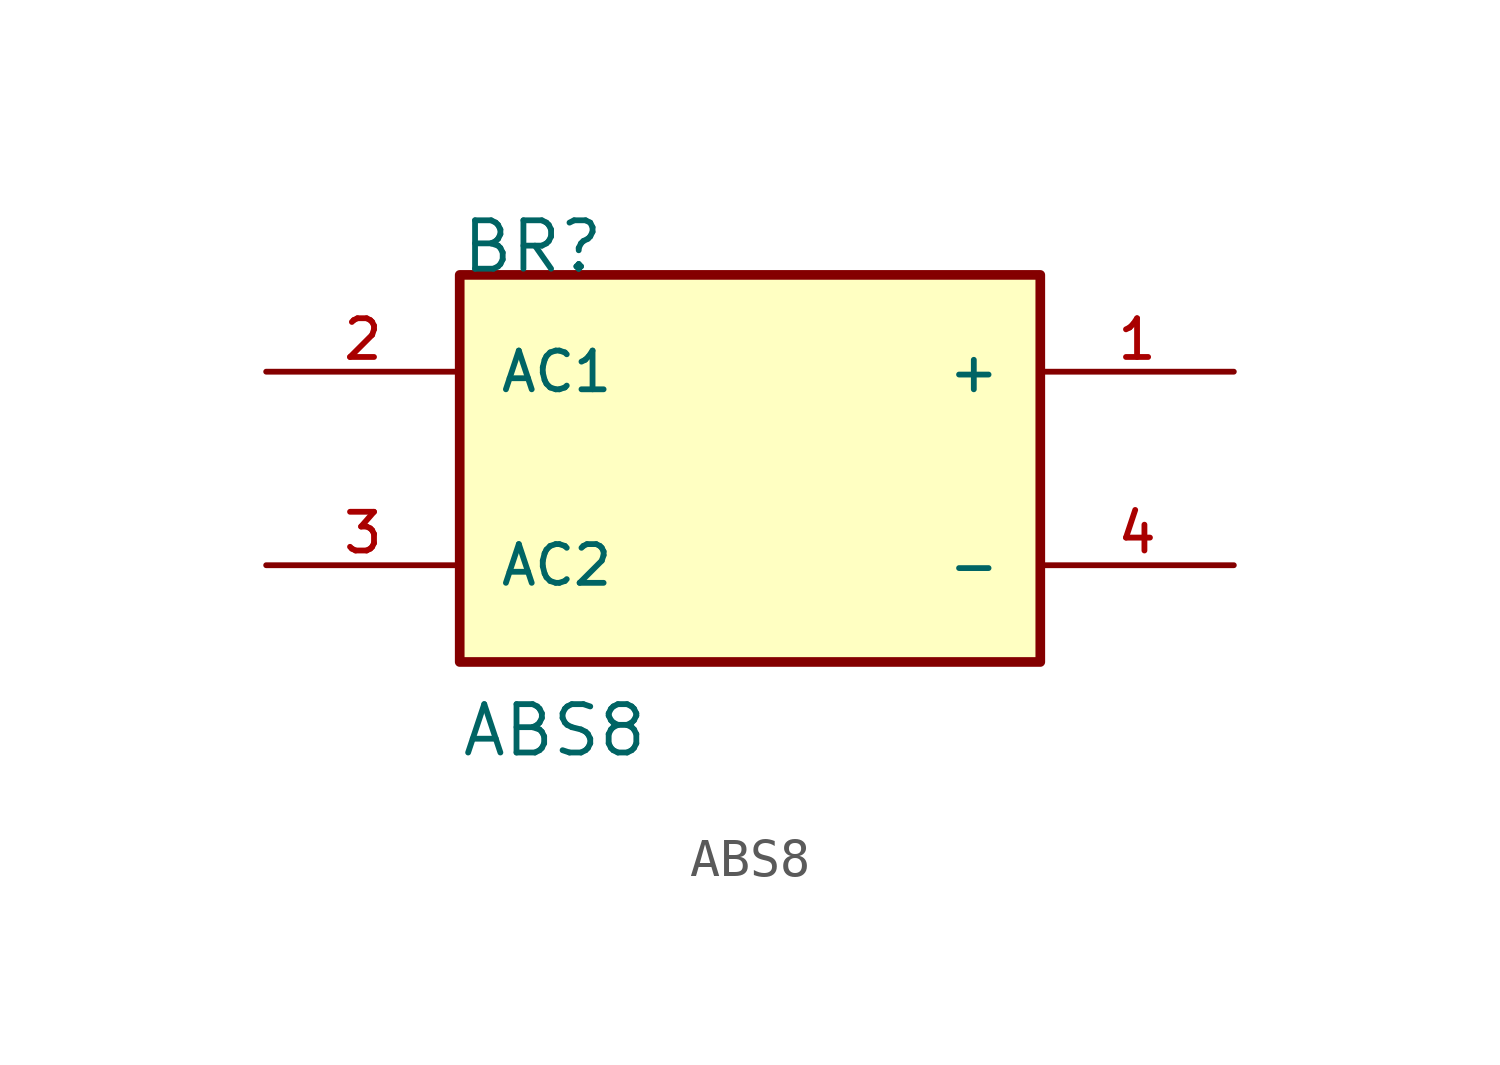
<source format=kicad_sym>
(kicad_symbol_lib
  (version 20211014)
  (generator kicad_symbol_editor)
  (symbol "ABS8"
    (pin_names
      (offset 1.016))
    (property "Reference" "BR"
      (at -7.62 5.08 0)
      (effects (font (size 1.27 1.27)) (justify bottom left)))
    (property "Value" "ABS8"
      (at -7.62 -7.62 0)
      (effects (font (size 1.27 1.27)) (justify bottom left)))
    (symbol "ABS8_0_0"
      (rectangle (start -7.62 -5.08) (end 7.62 5.08) (stroke (width 0.254)) (fill (type background)))
      (pin bidirectional line (at 12.7 2.54 180.0) (length 5.08) (name "+" (effects (font (size 1.016 1.016)))) (number "1" (effects (font (size 1.016 1.016)))))
      (pin bidirectional line (at 12.7 -2.54 180.0) (length 5.08) (name "-" (effects (font (size 1.016 1.016)))) (number "4" (effects (font (size 1.016 1.016)))))
      (pin bidirectional line (at -12.7 2.54 0) (length 5.08) (name "AC1" (effects (font (size 1.016 1.016)))) (number "2" (effects (font (size 1.016 1.016)))))
      (pin bidirectional line (at -12.7 -2.54 0) (length 5.08) (name "AC2" (effects (font (size 1.016 1.016)))) (number "3" (effects (font (size 1.016 1.016))))))))
</source>
